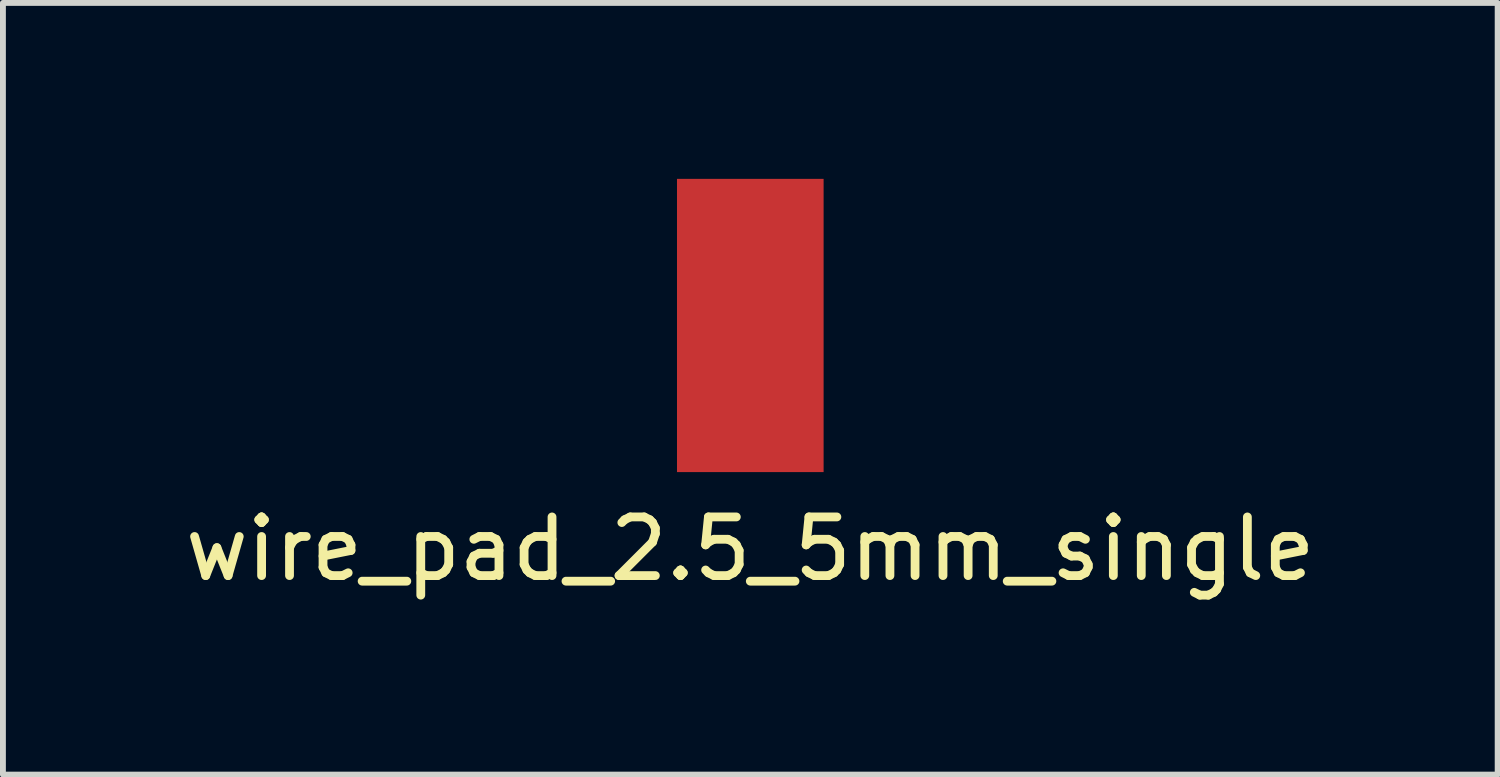
<source format=kicad_pcb>
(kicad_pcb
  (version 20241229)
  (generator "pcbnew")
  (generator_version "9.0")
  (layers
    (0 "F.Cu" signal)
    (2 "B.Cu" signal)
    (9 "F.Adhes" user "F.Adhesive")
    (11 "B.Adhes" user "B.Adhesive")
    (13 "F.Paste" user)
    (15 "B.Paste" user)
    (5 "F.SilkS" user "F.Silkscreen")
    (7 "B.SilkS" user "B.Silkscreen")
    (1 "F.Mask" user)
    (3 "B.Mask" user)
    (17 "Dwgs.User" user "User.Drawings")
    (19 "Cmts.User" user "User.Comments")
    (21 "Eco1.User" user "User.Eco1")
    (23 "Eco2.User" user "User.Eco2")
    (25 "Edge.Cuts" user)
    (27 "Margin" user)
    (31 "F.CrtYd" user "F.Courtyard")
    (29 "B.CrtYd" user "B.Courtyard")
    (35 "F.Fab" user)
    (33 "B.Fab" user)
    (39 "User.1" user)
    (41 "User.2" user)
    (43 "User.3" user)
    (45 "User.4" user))
  (footprint "wire_pad_2.5_5mm_single"
    (layer "F.Cu")
    (at 9.744 2.5)
    (property "Reference" "wire_pad_2.5_5mm_single" (at 0 3.81 0) (layer "F.SilkS") (effects (font (size 1 1) (thickness 0.15))))
    (attr through_hole)
    (pad "1" smd rect (at 0 0) (size 2.5 5) (layers "F.Cu" "F.Mask" "F.Paste")))
  (gr_rect
    (start -3 -3)
    (end 22.488 10.158)
    (stroke (width 0.1) (type default))
    (fill no)
    (layer "Edge.Cuts")))
</source>
